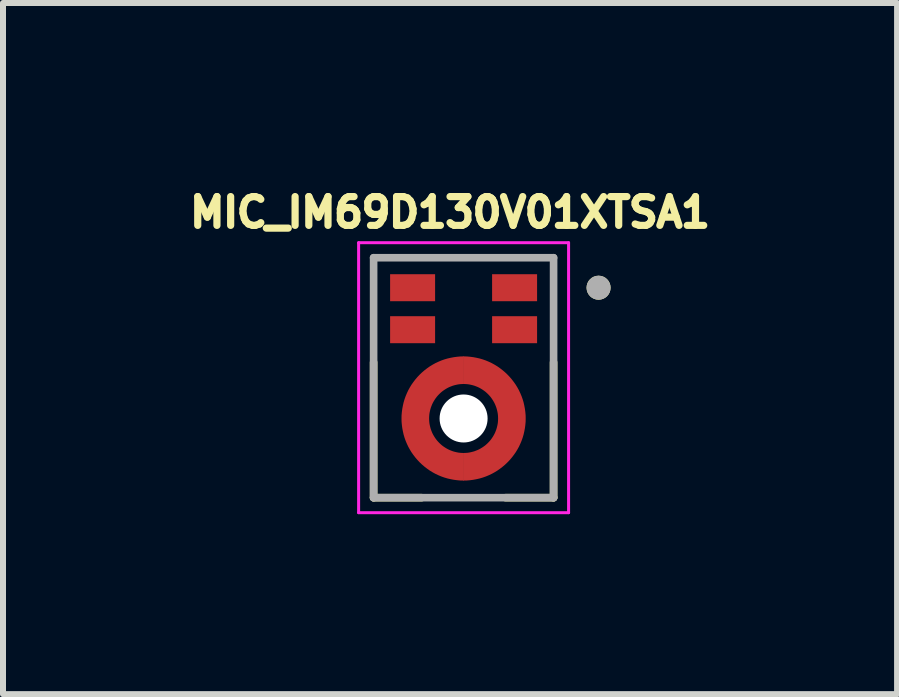
<source format=kicad_pcb>
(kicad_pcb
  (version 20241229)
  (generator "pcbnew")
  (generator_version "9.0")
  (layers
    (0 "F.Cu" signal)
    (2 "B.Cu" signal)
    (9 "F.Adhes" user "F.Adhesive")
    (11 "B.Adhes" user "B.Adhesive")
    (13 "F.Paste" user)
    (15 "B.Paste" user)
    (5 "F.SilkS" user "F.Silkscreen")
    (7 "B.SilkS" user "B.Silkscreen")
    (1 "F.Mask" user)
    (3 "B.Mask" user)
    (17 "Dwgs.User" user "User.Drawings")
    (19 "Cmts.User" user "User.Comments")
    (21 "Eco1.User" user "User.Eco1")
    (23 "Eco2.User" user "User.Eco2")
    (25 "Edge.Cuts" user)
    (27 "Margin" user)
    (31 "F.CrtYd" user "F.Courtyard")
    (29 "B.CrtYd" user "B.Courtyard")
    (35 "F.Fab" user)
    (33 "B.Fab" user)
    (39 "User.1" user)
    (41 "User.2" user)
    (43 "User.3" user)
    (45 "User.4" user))
  (footprint "MIC_IM69D130V01XTSA1"
    (layer "F.Cu")
    (at 4.678 3.246)
    (property "Reference" "MIC_IM69D130V01XTSA1" (at -0.226 -2.755 0) (layer "F.SilkS") (effects (font (size 0.48 0.48) (thickness 0.15))))
    (attr smd)
    (fp_poly (pts (xy 0 0.15) (xy -0.028 0.151) (xy -0.055 0.153) (xy -0.083 0.157) (xy -0.11 0.162) (xy -0.137 0.168) (xy -0.164 0.176) (xy -0.19 0.185) (xy -0.216 0.196) (xy -0.241 0.208) (xy -0.265 0.221) (xy -0.289 0.236) (xy -0.312 0.251) (xy -0.334 0.268) (xy -0.355 0.286) (xy -0.375 0.305) (xy -0.394 0.325) (xy -0.412 0.346) (xy -0.429 0.368) (xy -0.444 0.391) (xy -0.459 0.415) (xy -0.472 0.439) (xy -0.484 0.464) (xy -0.495 0.49) (xy -0.504 0.516) (xy -0.512 0.543) (xy -0.518 0.57) (xy -0.523 0.597) (xy -0.527 0.625) (xy -0.529 0.652) (xy -0.53 0.68) (xy -0.529 0.708) (xy -0.527 0.735) (xy -0.523 0.763) (xy -0.518 0.79) (xy -0.512 0.817) (xy -0.504 0.844) (xy -0.495 0.87) (xy -0.484 0.896) (xy -0.472 0.921) (xy -0.459 0.945) (xy -0.444 0.969) (xy -0.429 0.992) (xy -0.412 1.014) (xy -0.394 1.035) (xy -0.375 1.055) (xy -0.355 1.074) (xy -0.334 1.092) (xy -0.312 1.109) (xy -0.289 1.124) (xy -0.265 1.139) (xy -0.241 1.152) (xy -0.216 1.164) (xy -0.19 1.175) (xy -0.164 1.184) (xy -0.137 1.192) (xy -0.11 1.198) (xy -0.083 1.203) (xy -0.055 1.207) (xy -0.028 1.209) (xy 0 1.21) (xy 0 1.76) (xy -0.057 1.759) (xy -0.113 1.754) (xy -0.169 1.747) (xy -0.225 1.736) (xy -0.28 1.723) (xy -0.334 1.707) (xy -0.387 1.688) (xy -0.439 1.667) (xy -0.49 1.642) (xy -0.54 1.615) (xy -0.588 1.586) (xy -0.635 1.554) (xy -0.68 1.519) (xy -0.723 1.483) (xy -0.764 1.444) (xy -0.803 1.403) (xy -0.839 1.36) (xy -0.874 1.315) (xy -0.906 1.268) (xy -0.935 1.22) (xy -0.962 1.17) (xy -0.987 1.119) (xy -1.008 1.067) (xy -1.027 1.014) (xy -1.043 0.96) (xy -1.056 0.905) (xy -1.067 0.849) (xy -1.074 0.793) (xy -1.079 0.737) (xy -1.08 0.68) (xy -1.079 0.623) (xy -1.074 0.567) (xy -1.067 0.511) (xy -1.056 0.455) (xy -1.043 0.4) (xy -1.027 0.346) (xy -1.008 0.293) (xy -0.987 0.241) (xy -0.962 0.19) (xy -0.935 0.14) (xy -0.906 0.092) (xy -0.874 0.045) (xy -0.839 0) (xy -0.803 -0.043) (xy -0.764 -0.084) (xy -0.723 -0.123) (xy -0.68 -0.159) (xy -0.635 -0.194) (xy -0.588 -0.226) (xy -0.54 -0.255) (xy -0.49 -0.282) (xy -0.439 -0.307) (xy -0.387 -0.328) (xy -0.334 -0.347) (xy -0.28 -0.363) (xy -0.225 -0.376) (xy -0.169 -0.387) (xy -0.113 -0.394) (xy -0.057 -0.399) (xy 0 -0.4) (xy 0 0.15)) (stroke (width 0.01) (type solid)) (fill yes) (layer "F.Mask"))
    (fp_poly (pts (xy 0 1.21) (xy 0.028 1.209) (xy 0.055 1.207) (xy 0.083 1.203) (xy 0.11 1.198) (xy 0.137 1.192) (xy 0.164 1.184) (xy 0.19 1.175) (xy 0.216 1.164) (xy 0.241 1.152) (xy 0.265 1.139) (xy 0.289 1.124) (xy 0.312 1.109) (xy 0.334 1.092) (xy 0.355 1.074) (xy 0.375 1.055) (xy 0.394 1.035) (xy 0.412 1.014) (xy 0.429 0.992) (xy 0.444 0.969) (xy 0.459 0.945) (xy 0.472 0.921) (xy 0.484 0.896) (xy 0.495 0.87) (xy 0.504 0.844) (xy 0.512 0.817) (xy 0.518 0.79) (xy 0.523 0.763) (xy 0.527 0.735) (xy 0.529 0.708) (xy 0.53 0.68) (xy 0.529 0.652) (xy 0.527 0.625) (xy 0.523 0.597) (xy 0.518 0.57) (xy 0.512 0.543) (xy 0.504 0.516) (xy 0.495 0.49) (xy 0.484 0.464) (xy 0.472 0.439) (xy 0.459 0.415) (xy 0.444 0.391) (xy 0.429 0.368) (xy 0.412 0.346) (xy 0.394 0.325) (xy 0.375 0.305) (xy 0.355 0.286) (xy 0.334 0.268) (xy 0.312 0.251) (xy 0.289 0.236) (xy 0.265 0.221) (xy 0.241 0.208) (xy 0.216 0.196) (xy 0.19 0.185) (xy 0.164 0.176) (xy 0.137 0.168) (xy 0.11 0.162) (xy 0.083 0.157) (xy 0.055 0.153) (xy 0.028 0.151) (xy 0 0.15) (xy 0 -0.4) (xy 0.057 -0.399) (xy 0.113 -0.394) (xy 0.169 -0.387) (xy 0.225 -0.376) (xy 0.28 -0.363) (xy 0.334 -0.347) (xy 0.387 -0.328) (xy 0.439 -0.307) (xy 0.49 -0.282) (xy 0.54 -0.255) (xy 0.588 -0.226) (xy 0.635 -0.194) (xy 0.68 -0.159) (xy 0.723 -0.123) (xy 0.764 -0.084) (xy 0.803 -0.043) (xy 0.839 0) (xy 0.874 0.045) (xy 0.906 0.092) (xy 0.935 0.14) (xy 0.962 0.19) (xy 0.987 0.241) (xy 1.008 0.293) (xy 1.027 0.346) (xy 1.043 0.4) (xy 1.056 0.455) (xy 1.067 0.511) (xy 1.074 0.567) (xy 1.079 0.623) (xy 1.08 0.68) (xy 1.079 0.737) (xy 1.074 0.793) (xy 1.067 0.849) (xy 1.056 0.905) (xy 1.043 0.96) (xy 1.027 1.014) (xy 1.008 1.067) (xy 0.987 1.119) (xy 0.962 1.17) (xy 0.935 1.22) (xy 0.906 1.268) (xy 0.874 1.315) (xy 0.839 1.36) (xy 0.803 1.403) (xy 0.764 1.444) (xy 0.723 1.483) (xy 0.68 1.519) (xy 0.635 1.554) (xy 0.588 1.586) (xy 0.54 1.615) (xy 0.49 1.642) (xy 0.439 1.667) (xy 0.387 1.688) (xy 0.334 1.707) (xy 0.28 1.723) (xy 0.225 1.736) (xy 0.169 1.747) (xy 0.113 1.754) (xy 0.057 1.759) (xy 0 1.76) (xy 0 1.21)) (stroke (width 0.01) (type solid)) (fill yes) (layer "F.Mask"))
    (fp_line (start -1.5 2) (end -1.5 -0.255) (stroke (width 0.127) (type solid)) (layer "F.SilkS"))
    (fp_line (start -0.7 2) (end -1.5 2) (stroke (width 0.127) (type solid)) (layer "F.SilkS"))
    (fp_line (start 1.5 2) (end 0.7 2) (stroke (width 0.127) (type solid)) (layer "F.SilkS"))
    (fp_line (start 1.5 2) (end 1.5 -0.255) (stroke (width 0.127) (type solid)) (layer "F.SilkS"))
    (fp_circle (center 2.25 -1.5) (end 2.35 -1.5) (stroke (width 0.2) (type solid)) (fill no) (layer "F.SilkS"))
    (fp_poly (pts (xy -0.75 -1.3) (xy -0.95 -1.3) (xy -0.971 -1.301) (xy -0.992 -1.304) (xy -1.012 -1.31) (xy -1.031 -1.317) (xy -1.05 -1.327) (xy -1.068 -1.338) (xy -1.084 -1.351) (xy -1.099 -1.366) (xy -1.112 -1.382) (xy -1.123 -1.4) (xy -1.133 -1.419) (xy -1.14 -1.438) (xy -1.146 -1.458) (xy -1.149 -1.479) (xy -1.15 -1.5) (xy -1.149 -1.521) (xy -1.146 -1.542) (xy -1.14 -1.562) (xy -1.133 -1.581) (xy -1.123 -1.6) (xy -1.112 -1.618) (xy -1.099 -1.634) (xy -1.084 -1.649) (xy -1.068 -1.662) (xy -1.05 -1.673) (xy -1.031 -1.683) (xy -1.012 -1.69) (xy -0.992 -1.696) (xy -0.971 -1.699) (xy -0.95 -1.7) (xy -0.75 -1.7) (xy -0.729 -1.699) (xy -0.708 -1.696) (xy -0.688 -1.69) (xy -0.669 -1.683) (xy -0.65 -1.673) (xy -0.632 -1.662) (xy -0.616 -1.649) (xy -0.601 -1.634) (xy -0.588 -1.618) (xy -0.577 -1.6) (xy -0.567 -1.581) (xy -0.56 -1.562) (xy -0.554 -1.542) (xy -0.551 -1.521) (xy -0.55 -1.5) (xy -0.551 -1.479) (xy -0.554 -1.458) (xy -0.56 -1.438) (xy -0.567 -1.419) (xy -0.577 -1.4) (xy -0.588 -1.382) (xy -0.601 -1.366) (xy -0.616 -1.351) (xy -0.632 -1.338) (xy -0.65 -1.327) (xy -0.669 -1.317) (xy -0.688 -1.31) (xy -0.708 -1.304) (xy -0.729 -1.301) (xy -0.75 -1.3)) (stroke (width 0.01) (type solid)) (fill yes) (layer "F.Paste"))
    (fp_poly (pts (xy -0.75 -0.6) (xy -0.95 -0.6) (xy -0.971 -0.601) (xy -0.992 -0.604) (xy -1.012 -0.61) (xy -1.031 -0.617) (xy -1.05 -0.627) (xy -1.068 -0.638) (xy -1.084 -0.651) (xy -1.099 -0.666) (xy -1.112 -0.682) (xy -1.123 -0.7) (xy -1.133 -0.719) (xy -1.14 -0.738) (xy -1.146 -0.758) (xy -1.149 -0.779) (xy -1.15 -0.8) (xy -1.149 -0.821) (xy -1.146 -0.842) (xy -1.14 -0.862) (xy -1.133 -0.881) (xy -1.123 -0.9) (xy -1.112 -0.918) (xy -1.099 -0.934) (xy -1.084 -0.949) (xy -1.068 -0.962) (xy -1.05 -0.973) (xy -1.031 -0.983) (xy -1.012 -0.99) (xy -0.992 -0.996) (xy -0.971 -0.999) (xy -0.95 -1) (xy -0.75 -1) (xy -0.729 -0.999) (xy -0.708 -0.996) (xy -0.688 -0.99) (xy -0.669 -0.983) (xy -0.65 -0.973) (xy -0.632 -0.962) (xy -0.616 -0.949) (xy -0.601 -0.934) (xy -0.588 -0.918) (xy -0.577 -0.9) (xy -0.567 -0.881) (xy -0.56 -0.862) (xy -0.554 -0.842) (xy -0.551 -0.821) (xy -0.55 -0.8) (xy -0.551 -0.779) (xy -0.554 -0.758) (xy -0.56 -0.738) (xy -0.567 -0.719) (xy -0.577 -0.7) (xy -0.588 -0.682) (xy -0.601 -0.666) (xy -0.616 -0.651) (xy -0.632 -0.638) (xy -0.65 -0.627) (xy -0.669 -0.617) (xy -0.688 -0.61) (xy -0.708 -0.604) (xy -0.729 -0.601) (xy -0.75 -0.6)) (stroke (width 0.01) (type solid)) (fill yes) (layer "F.Paste"))
    (fp_poly (pts (xy 0.95 -1.3) (xy 0.75 -1.3) (xy 0.729 -1.301) (xy 0.708 -1.304) (xy 0.688 -1.31) (xy 0.669 -1.317) (xy 0.65 -1.327) (xy 0.632 -1.338) (xy 0.616 -1.351) (xy 0.601 -1.366) (xy 0.588 -1.382) (xy 0.577 -1.4) (xy 0.567 -1.419) (xy 0.56 -1.438) (xy 0.554 -1.458) (xy 0.551 -1.479) (xy 0.55 -1.5) (xy 0.551 -1.521) (xy 0.554 -1.542) (xy 0.56 -1.562) (xy 0.567 -1.581) (xy 0.577 -1.6) (xy 0.588 -1.618) (xy 0.601 -1.634) (xy 0.616 -1.649) (xy 0.632 -1.662) (xy 0.65 -1.673) (xy 0.669 -1.683) (xy 0.688 -1.69) (xy 0.708 -1.696) (xy 0.729 -1.699) (xy 0.75 -1.7) (xy 0.95 -1.7) (xy 0.971 -1.699) (xy 0.992 -1.696) (xy 1.012 -1.69) (xy 1.031 -1.683) (xy 1.05 -1.673) (xy 1.068 -1.662) (xy 1.084 -1.649) (xy 1.099 -1.634) (xy 1.112 -1.618) (xy 1.123 -1.6) (xy 1.133 -1.581) (xy 1.14 -1.562) (xy 1.146 -1.542) (xy 1.149 -1.521) (xy 1.15 -1.5) (xy 1.149 -1.479) (xy 1.146 -1.458) (xy 1.14 -1.438) (xy 1.133 -1.419) (xy 1.123 -1.4) (xy 1.112 -1.382) (xy 1.099 -1.366) (xy 1.084 -1.351) (xy 1.068 -1.338) (xy 1.05 -1.327) (xy 1.031 -1.317) (xy 1.012 -1.31) (xy 0.992 -1.304) (xy 0.971 -1.301) (xy 0.95 -1.3)) (stroke (width 0.01) (type solid)) (fill yes) (layer "F.Paste"))
    (fp_poly (pts (xy 0.95 -0.6) (xy 0.75 -0.6) (xy 0.729 -0.601) (xy 0.708 -0.604) (xy 0.688 -0.61) (xy 0.669 -0.617) (xy 0.65 -0.627) (xy 0.632 -0.638) (xy 0.616 -0.651) (xy 0.601 -0.666) (xy 0.588 -0.682) (xy 0.577 -0.7) (xy 0.567 -0.719) (xy 0.56 -0.738) (xy 0.554 -0.758) (xy 0.551 -0.779) (xy 0.55 -0.8) (xy 0.551 -0.821) (xy 0.554 -0.842) (xy 0.56 -0.862) (xy 0.567 -0.881) (xy 0.577 -0.9) (xy 0.588 -0.918) (xy 0.601 -0.934) (xy 0.616 -0.949) (xy 0.632 -0.962) (xy 0.65 -0.973) (xy 0.669 -0.983) (xy 0.688 -0.99) (xy 0.708 -0.996) (xy 0.729 -0.999) (xy 0.75 -1) (xy 0.95 -1) (xy 0.971 -0.999) (xy 0.992 -0.996) (xy 1.012 -0.99) (xy 1.031 -0.983) (xy 1.05 -0.973) (xy 1.068 -0.962) (xy 1.084 -0.949) (xy 1.099 -0.934) (xy 1.112 -0.918) (xy 1.123 -0.9) (xy 1.133 -0.881) (xy 1.14 -0.862) (xy 1.146 -0.842) (xy 1.149 -0.821) (xy 1.15 -0.8) (xy 1.149 -0.779) (xy 1.146 -0.758) (xy 1.14 -0.738) (xy 1.133 -0.719) (xy 1.123 -0.7) (xy 1.112 -0.682) (xy 1.099 -0.666) (xy 1.084 -0.651) (xy 1.068 -0.638) (xy 1.05 -0.627) (xy 1.031 -0.617) (xy 1.012 -0.61) (xy 0.992 -0.604) (xy 0.971 -0.601) (xy 0.95 -0.6)) (stroke (width 0.01) (type solid)) (fill yes) (layer "F.Paste"))
    (fp_poly (pts (xy -0.36 -0.11) (xy -0.36 -0.121) (xy -0.359 -0.132) (xy -0.357 -0.143) (xy -0.355 -0.154) (xy -0.353 -0.164) (xy -0.35 -0.175) (xy -0.346 -0.185) (xy -0.342 -0.195) (xy -0.337 -0.205) (xy -0.332 -0.215) (xy -0.326 -0.224) (xy -0.32 -0.233) (xy -0.313 -0.242) (xy -0.306 -0.251) (xy -0.298 -0.258) (xy -0.291 -0.266) (xy -0.282 -0.273) (xy -0.273 -0.28) (xy -0.264 -0.286) (xy -0.255 -0.292) (xy -0.245 -0.297) (xy -0.235 -0.302) (xy -0.225 -0.306) (xy -0.215 -0.31) (xy -0.204 -0.313) (xy -0.194 -0.315) (xy -0.183 -0.317) (xy -0.172 -0.319) (xy -0.161 -0.32) (xy -0.15 -0.32) (xy 0.15 -0.32) (xy 0.161 -0.32) (xy 0.172 -0.319) (xy 0.183 -0.317) (xy 0.194 -0.315) (xy 0.204 -0.313) (xy 0.215 -0.31) (xy 0.225 -0.306) (xy 0.235 -0.302) (xy 0.245 -0.297) (xy 0.255 -0.292) (xy 0.264 -0.286) (xy 0.273 -0.28) (xy 0.282 -0.273) (xy 0.291 -0.266) (xy 0.298 -0.258) (xy 0.306 -0.251) (xy 0.313 -0.242) (xy 0.32 -0.233) (xy 0.326 -0.224) (xy 0.332 -0.215) (xy 0.337 -0.205) (xy 0.342 -0.195) (xy 0.346 -0.185) (xy 0.35 -0.175) (xy 0.353 -0.164) (xy 0.355 -0.154) (xy 0.357 -0.143) (xy 0.359 -0.132) (xy 0.36 -0.121) (xy 0.36 -0.11) (xy 0.36 -0.099) (xy 0.359 -0.088) (xy 0.357 -0.077) (xy 0.355 -0.066) (xy 0.353 -0.056) (xy 0.35 -0.045) (xy 0.346 -0.035) (xy 0.342 -0.025) (xy 0.337 -0.015) (xy 0.332 -0.005) (xy 0.326 0.004) (xy 0.32 0.013) (xy 0.313 0.022) (xy 0.306 0.031) (xy 0.298 0.038) (xy 0.291 0.046) (xy 0.282 0.053) (xy 0.273 0.06) (xy 0.264 0.066) (xy 0.255 0.072) (xy 0.245 0.077) (xy 0.235 0.082) (xy 0.225 0.086) (xy 0.215 0.09) (xy 0.204 0.093) (xy 0.194 0.095) (xy 0.183 0.097) (xy 0.172 0.099) (xy 0.161 0.1) (xy 0.15 0.1) (xy 0.14 0.1) (xy 0.135 0.098) (xy 0.13 0.097) (xy 0.126 0.096) (xy 0.121 0.094) (xy 0.116 0.093) (xy 0.112 0.092) (xy 0.107 0.091) (xy 0.103 0.09) (xy 0.098 0.089) (xy 0.093 0.088) (xy 0.089 0.087) (xy 0.084 0.086) (xy 0.079 0.085) (xy 0.075 0.084) (xy 0.07 0.084) (xy 0.065 0.083) (xy 0.061 0.083) (xy 0.056 0.082) (xy 0.051 0.082) (xy 0.046 0.081) (xy 0.042 0.081) (xy 0.037 0.08) (xy 0.032 0.08) (xy 0.027 0.08) (xy 0.023 0.08) (xy 0.018 0.08) (xy 0.013 0.08) (xy 0.009 0.08) (xy 0.004 0.08) (xy 0 0.08) (xy -0.004 0.08) (xy -0.009 0.08) (xy -0.013 0.08) (xy -0.018 0.08) (xy -0.023 0.08) (xy -0.027 0.08) (xy -0.032 0.08) (xy -0.037 0.08) (xy -0.042 0.081) (xy -0.046 0.081) (xy -0.051 0.082) (xy -0.056 0.082) (xy -0.061 0.083) (xy -0.065 0.083) (xy -0.07 0.084) (xy -0.075 0.084) (xy -0.079 0.085) (xy -0.084 0.086) (xy -0.089 0.087) (xy -0.093 0.088) (xy -0.098 0.089) (xy -0.103 0.09) (xy -0.107 0.091) (xy -0.112 0.092) (xy -0.116 0.093) (xy -0.121 0.094) (xy -0.126 0.096) (xy -0.13 0.097) (xy -0.135 0.098) (xy -0.14 0.1) (xy -0.15 0.1) (xy -0.161 0.1) (xy -0.172 0.099) (xy -0.183 0.097) (xy -0.194 0.095) (xy -0.204 0.093) (xy -0.215 0.09) (xy -0.225 0.086) (xy -0.235 0.082) (xy -0.245 0.077) (xy -0.255 0.072) (xy -0.264 0.066) (xy -0.273 0.06) (xy -0.282 0.053) (xy -0.291 0.046) (xy -0.298 0.038) (xy -0.306 0.031) (xy -0.313 0.022) (xy -0.32 0.013) (xy -0.326 0.004) (xy -0.332 -0.005) (xy -0.337 -0.015) (xy -0.342 -0.025) (xy -0.346 -0.035) (xy -0.35 -0.045) (xy -0.353 -0.056) (xy -0.355 -0.066) (xy -0.357 -0.077) (xy -0.359 -0.088) (xy -0.36 -0.099) (xy -0.36 -0.11)) (stroke (width 0.01) (type solid)) (fill yes) (layer "F.Paste"))
    (fp_poly (pts (xy 0.36 1.47) (xy 0.36 1.481) (xy 0.359 1.492) (xy 0.357 1.503) (xy 0.355 1.514) (xy 0.353 1.524) (xy 0.35 1.535) (xy 0.346 1.545) (xy 0.342 1.555) (xy 0.337 1.565) (xy 0.332 1.575) (xy 0.326 1.584) (xy 0.32 1.593) (xy 0.313 1.602) (xy 0.306 1.611) (xy 0.298 1.618) (xy 0.291 1.626) (xy 0.282 1.633) (xy 0.273 1.64) (xy 0.264 1.646) (xy 0.255 1.652) (xy 0.245 1.657) (xy 0.235 1.662) (xy 0.225 1.666) (xy 0.215 1.67) (xy 0.204 1.673) (xy 0.194 1.675) (xy 0.183 1.677) (xy 0.172 1.679) (xy 0.161 1.68) (xy 0.15 1.68) (xy -0.15 1.68) (xy -0.161 1.68) (xy -0.172 1.679) (xy -0.183 1.677) (xy -0.194 1.675) (xy -0.204 1.673) (xy -0.215 1.67) (xy -0.225 1.666) (xy -0.235 1.662) (xy -0.245 1.657) (xy -0.255 1.652) (xy -0.264 1.646) (xy -0.273 1.64) (xy -0.282 1.633) (xy -0.291 1.626) (xy -0.298 1.618) (xy -0.306 1.611) (xy -0.313 1.602) (xy -0.32 1.593) (xy -0.326 1.584) (xy -0.332 1.575) (xy -0.337 1.565) (xy -0.342 1.555) (xy -0.346 1.545) (xy -0.35 1.535) (xy -0.353 1.524) (xy -0.355 1.514) (xy -0.357 1.503) (xy -0.359 1.492) (xy -0.36 1.481) (xy -0.36 1.47) (xy -0.36 1.459) (xy -0.359 1.448) (xy -0.357 1.437) (xy -0.355 1.426) (xy -0.353 1.416) (xy -0.35 1.405) (xy -0.346 1.395) (xy -0.342 1.385) (xy -0.337 1.375) (xy -0.332 1.365) (xy -0.326 1.356) (xy -0.32 1.347) (xy -0.313 1.338) (xy -0.306 1.329) (xy -0.298 1.322) (xy -0.291 1.314) (xy -0.282 1.307) (xy -0.273 1.3) (xy -0.264 1.294) (xy -0.255 1.288) (xy -0.245 1.283) (xy -0.235 1.278) (xy -0.225 1.274) (xy -0.215 1.27) (xy -0.204 1.267) (xy -0.194 1.265) (xy -0.183 1.263) (xy -0.172 1.261) (xy -0.161 1.26) (xy -0.15 1.26) (xy -0.14 1.26) (xy -0.135 1.262) (xy -0.13 1.263) (xy -0.126 1.264) (xy -0.121 1.266) (xy -0.116 1.267) (xy -0.112 1.268) (xy -0.107 1.269) (xy -0.103 1.27) (xy -0.098 1.271) (xy -0.093 1.272) (xy -0.089 1.273) (xy -0.084 1.274) (xy -0.079 1.275) (xy -0.075 1.276) (xy -0.07 1.276) (xy -0.065 1.277) (xy -0.061 1.277) (xy -0.056 1.278) (xy -0.051 1.278) (xy -0.046 1.279) (xy -0.042 1.279) (xy -0.037 1.28) (xy -0.032 1.28) (xy -0.027 1.28) (xy -0.023 1.28) (xy -0.018 1.28) (xy -0.013 1.28) (xy -0.009 1.28) (xy -0.004 1.28) (xy 0 1.28) (xy 0.004 1.28) (xy 0.009 1.28) (xy 0.013 1.28) (xy 0.018 1.28) (xy 0.023 1.28) (xy 0.027 1.28) (xy 0.032 1.28) (xy 0.037 1.28) (xy 0.042 1.279) (xy 0.046 1.279) (xy 0.051 1.278) (xy 0.056 1.278) (xy 0.061 1.277) (xy 0.065 1.277) (xy 0.07 1.276) (xy 0.075 1.276) (xy 0.079 1.275) (xy 0.084 1.274) (xy 0.089 1.273) (xy 0.093 1.272) (xy 0.098 1.271) (xy 0.103 1.27) (xy 0.107 1.269) (xy 0.112 1.268) (xy 0.116 1.267) (xy 0.121 1.266) (xy 0.126 1.264) (xy 0.13 1.263) (xy 0.135 1.262) (xy 0.14 1.26) (xy 0.15 1.26) (xy 0.161 1.26) (xy 0.172 1.261) (xy 0.183 1.263) (xy 0.194 1.265) (xy 0.204 1.267) (xy 0.215 1.27) (xy 0.225 1.274) (xy 0.235 1.278) (xy 0.245 1.283) (xy 0.255 1.288) (xy 0.264 1.294) (xy 0.273 1.3) (xy 0.282 1.307) (xy 0.291 1.314) (xy 0.298 1.322) (xy 0.306 1.329) (xy 0.313 1.338) (xy 0.32 1.347) (xy 0.326 1.356) (xy 0.332 1.365) (xy 0.337 1.375) (xy 0.342 1.385) (xy 0.346 1.395) (xy 0.35 1.405) (xy 0.353 1.416) (xy 0.355 1.426) (xy 0.357 1.437) (xy 0.359 1.448) (xy 0.36 1.459) (xy 0.36 1.47)) (stroke (width 0.01) (type solid)) (fill yes) (layer "F.Paste"))
    (fp_poly (pts (xy -0.864 0.597) (xy -0.874 0.591) (xy -0.883 0.585) (xy -0.891 0.578) (xy -0.9 0.571) (xy -0.908 0.563) (xy -0.915 0.555) (xy -0.922 0.547) (xy -0.929 0.538) (xy -0.935 0.529) (xy -0.941 0.52) (xy -0.946 0.51) (xy -0.951 0.5) (xy -0.955 0.49) (xy -0.959 0.48) (xy -0.962 0.469) (xy -0.965 0.459) (xy -0.967 0.448) (xy -0.968 0.437) (xy -0.969 0.426) (xy -0.969 0.415) (xy -0.969 0.404) (xy -0.968 0.393) (xy -0.967 0.382) (xy -0.965 0.371) (xy -0.962 0.361) (xy -0.959 0.35) (xy -0.955 0.34) (xy -0.951 0.329) (xy -0.946 0.32) (xy -0.941 0.31) (xy -0.866 0.18) (xy -0.791 0.05) (xy -0.785 0.041) (xy -0.779 0.032) (xy -0.772 0.023) (xy -0.765 0.015) (xy -0.758 0.007) (xy -0.75 -0.001) (xy -0.741 -0.008) (xy -0.733 -0.015) (xy -0.724 -0.021) (xy -0.714 -0.027) (xy -0.704 -0.032) (xy -0.695 -0.037) (xy -0.684 -0.041) (xy -0.674 -0.045) (xy -0.664 -0.048) (xy -0.653 -0.05) (xy -0.642 -0.052) (xy -0.631 -0.054) (xy -0.62 -0.055) (xy -0.609 -0.055) (xy -0.598 -0.055) (xy -0.587 -0.054) (xy -0.576 -0.052) (xy -0.565 -0.05) (xy -0.555 -0.048) (xy -0.544 -0.045) (xy -0.534 -0.041) (xy -0.524 -0.037) (xy -0.514 -0.032) (xy -0.504 -0.027) (xy -0.495 -0.021) (xy -0.486 -0.015) (xy -0.477 -0.008) (xy -0.469 -0.001) (xy -0.461 0.007) (xy -0.453 0.015) (xy -0.446 0.023) (xy -0.439 0.032) (xy -0.433 0.041) (xy -0.427 0.05) (xy -0.422 0.06) (xy -0.417 0.07) (xy -0.413 0.08) (xy -0.409 0.09) (xy -0.406 0.101) (xy -0.404 0.111) (xy -0.402 0.122) (xy -0.4 0.133) (xy -0.399 0.144) (xy -0.399 0.155) (xy -0.399 0.166) (xy -0.4 0.177) (xy -0.402 0.188) (xy -0.404 0.199) (xy -0.406 0.209) (xy -0.409 0.22) (xy -0.413 0.23) (xy -0.417 0.241) (xy -0.422 0.25) (xy -0.427 0.26) (xy -0.432 0.269) (xy -0.436 0.273) (xy -0.44 0.276) (xy -0.443 0.279) (xy -0.447 0.282) (xy -0.45 0.286) (xy -0.453 0.289) (xy -0.457 0.293) (xy -0.46 0.296) (xy -0.463 0.3) (xy -0.466 0.303) (xy -0.469 0.307) (xy -0.472 0.31) (xy -0.475 0.314) (xy -0.478 0.318) (xy -0.481 0.321) (xy -0.484 0.325) (xy -0.487 0.329) (xy -0.49 0.333) (xy -0.493 0.336) (xy -0.495 0.34) (xy -0.498 0.344) (xy -0.501 0.348) (xy -0.503 0.352) (xy -0.506 0.356) (xy -0.508 0.36) (xy -0.511 0.364) (xy -0.513 0.368) (xy -0.516 0.373) (xy -0.518 0.377) (xy -0.52 0.38) (xy -0.522 0.383) (xy -0.524 0.387) (xy -0.526 0.391) (xy -0.529 0.396) (xy -0.531 0.4) (xy -0.533 0.404) (xy -0.536 0.408) (xy -0.538 0.412) (xy -0.54 0.416) (xy -0.542 0.421) (xy -0.544 0.425) (xy -0.546 0.429) (xy -0.548 0.434) (xy -0.55 0.438) (xy -0.551 0.442) (xy -0.553 0.447) (xy -0.555 0.451) (xy -0.556 0.456) (xy -0.558 0.46) (xy -0.56 0.465) (xy -0.561 0.469) (xy -0.563 0.474) (xy -0.564 0.478) (xy -0.565 0.483) (xy -0.567 0.487) (xy -0.568 0.492) (xy -0.569 0.496) (xy -0.57 0.501) (xy -0.571 0.506) (xy -0.572 0.511) (xy -0.577 0.52) (xy -0.583 0.529) (xy -0.589 0.538) (xy -0.596 0.547) (xy -0.603 0.555) (xy -0.611 0.563) (xy -0.619 0.571) (xy -0.627 0.578) (xy -0.636 0.585) (xy -0.645 0.591) (xy -0.654 0.597) (xy -0.664 0.602) (xy -0.674 0.607) (xy -0.684 0.611) (xy -0.694 0.615) (xy -0.705 0.618) (xy -0.715 0.62) (xy -0.726 0.622) (xy -0.737 0.624) (xy -0.748 0.625) (xy -0.759 0.625) (xy -0.77 0.625) (xy -0.781 0.624) (xy -0.792 0.622) (xy -0.803 0.62) (xy -0.814 0.618) (xy -0.824 0.615) (xy -0.834 0.611) (xy -0.845 0.607) (xy -0.854 0.602) (xy -0.864 0.597) (xy -0.864 0.597)) (stroke (width 0.01) (type solid)) (fill yes) (layer "F.Paste"))
    (fp_poly (pts (xy -0.504 1.387) (xy -0.514 1.392) (xy -0.524 1.397) (xy -0.534 1.401) (xy -0.544 1.405) (xy -0.555 1.408) (xy -0.565 1.41) (xy -0.576 1.412) (xy -0.587 1.414) (xy -0.598 1.415) (xy -0.609 1.415) (xy -0.62 1.415) (xy -0.631 1.414) (xy -0.642 1.412) (xy -0.653 1.41) (xy -0.664 1.408) (xy -0.674 1.405) (xy -0.684 1.401) (xy -0.695 1.397) (xy -0.704 1.392) (xy -0.714 1.387) (xy -0.724 1.381) (xy -0.733 1.375) (xy -0.741 1.368) (xy -0.75 1.361) (xy -0.758 1.353) (xy -0.765 1.345) (xy -0.772 1.337) (xy -0.779 1.328) (xy -0.785 1.319) (xy -0.791 1.31) (xy -0.866 1.18) (xy -0.941 1.05) (xy -0.946 1.04) (xy -0.951 1.031) (xy -0.955 1.02) (xy -0.959 1.01) (xy -0.962 0.999) (xy -0.965 0.989) (xy -0.967 0.978) (xy -0.968 0.967) (xy -0.969 0.956) (xy -0.969 0.945) (xy -0.969 0.934) (xy -0.968 0.923) (xy -0.967 0.912) (xy -0.965 0.901) (xy -0.962 0.891) (xy -0.959 0.88) (xy -0.955 0.87) (xy -0.951 0.86) (xy -0.946 0.85) (xy -0.941 0.84) (xy -0.935 0.831) (xy -0.929 0.822) (xy -0.922 0.813) (xy -0.915 0.805) (xy -0.908 0.797) (xy -0.9 0.789) (xy -0.891 0.782) (xy -0.883 0.775) (xy -0.874 0.769) (xy -0.864 0.763) (xy -0.854 0.758) (xy -0.845 0.753) (xy -0.834 0.749) (xy -0.824 0.745) (xy -0.814 0.742) (xy -0.803 0.74) (xy -0.792 0.738) (xy -0.781 0.736) (xy -0.77 0.735) (xy -0.759 0.735) (xy -0.748 0.735) (xy -0.737 0.736) (xy -0.726 0.738) (xy -0.715 0.74) (xy -0.705 0.742) (xy -0.694 0.745) (xy -0.684 0.749) (xy -0.674 0.753) (xy -0.664 0.758) (xy -0.654 0.763) (xy -0.645 0.769) (xy -0.636 0.775) (xy -0.627 0.782) (xy -0.619 0.789) (xy -0.611 0.797) (xy -0.603 0.805) (xy -0.596 0.813) (xy -0.589 0.822) (xy -0.583 0.831) (xy -0.577 0.84) (xy -0.572 0.849) (xy -0.571 0.854) (xy -0.57 0.859) (xy -0.569 0.864) (xy -0.568 0.868) (xy -0.567 0.873) (xy -0.565 0.877) (xy -0.564 0.882) (xy -0.563 0.886) (xy -0.561 0.891) (xy -0.56 0.895) (xy -0.558 0.9) (xy -0.556 0.904) (xy -0.555 0.909) (xy -0.553 0.913) (xy -0.551 0.918) (xy -0.55 0.922) (xy -0.548 0.926) (xy -0.546 0.931) (xy -0.544 0.935) (xy -0.542 0.939) (xy -0.54 0.943) (xy -0.538 0.948) (xy -0.536 0.952) (xy -0.533 0.956) (xy -0.531 0.96) (xy -0.529 0.964) (xy -0.526 0.969) (xy -0.524 0.973) (xy -0.522 0.977) (xy -0.52 0.98) (xy -0.518 0.983) (xy -0.516 0.987) (xy -0.513 0.992) (xy -0.511 0.996) (xy -0.508 1) (xy -0.506 1.004) (xy -0.503 1.008) (xy -0.501 1.012) (xy -0.498 1.016) (xy -0.495 1.02) (xy -0.493 1.024) (xy -0.49 1.027) (xy -0.487 1.031) (xy -0.484 1.035) (xy -0.481 1.039) (xy -0.478 1.042) (xy -0.475 1.046) (xy -0.472 1.05) (xy -0.469 1.053) (xy -0.466 1.057) (xy -0.463 1.06) (xy -0.46 1.064) (xy -0.457 1.067) (xy -0.453 1.071) (xy -0.45 1.074) (xy -0.447 1.078) (xy -0.443 1.081) (xy -0.44 1.084) (xy -0.436 1.087) (xy -0.432 1.091) (xy -0.427 1.1) (xy -0.422 1.11) (xy -0.417 1.119) (xy -0.413 1.13) (xy -0.409 1.14) (xy -0.406 1.151) (xy -0.404 1.161) (xy -0.402 1.172) (xy -0.4 1.183) (xy -0.399 1.194) (xy -0.399 1.205) (xy -0.399 1.216) (xy -0.4 1.227) (xy -0.402 1.238) (xy -0.404 1.249) (xy -0.406 1.259) (xy -0.409 1.27) (xy -0.413 1.28) (xy -0.417 1.29) (xy -0.422 1.3) (xy -0.427 1.31) (xy -0.433 1.319) (xy -0.439 1.328) (xy -0.446 1.337) (xy -0.453 1.345) (xy -0.461 1.353) (xy -0.469 1.361) (xy -0.477 1.368) (xy -0.486 1.375) (xy -0.495 1.381) (xy -0.504 1.387) (xy -0.504 1.387)) (stroke (width 0.01) (type solid)) (fill yes) (layer "F.Paste"))
    (fp_poly (pts (xy 0.504 -0.027) (xy 0.514 -0.032) (xy 0.524 -0.037) (xy 0.534 -0.041) (xy 0.544 -0.045) (xy 0.555 -0.048) (xy 0.565 -0.05) (xy 0.576 -0.052) (xy 0.587 -0.054) (xy 0.598 -0.055) (xy 0.609 -0.055) (xy 0.62 -0.055) (xy 0.631 -0.054) (xy 0.642 -0.052) (xy 0.653 -0.05) (xy 0.664 -0.048) (xy 0.674 -0.045) (xy 0.684 -0.041) (xy 0.695 -0.037) (xy 0.704 -0.032) (xy 0.714 -0.027) (xy 0.724 -0.021) (xy 0.733 -0.015) (xy 0.741 -0.008) (xy 0.75 -0.001) (xy 0.758 0.007) (xy 0.765 0.015) (xy 0.772 0.023) (xy 0.779 0.032) (xy 0.785 0.041) (xy 0.791 0.05) (xy 0.866 0.18) (xy 0.941 0.31) (xy 0.946 0.32) (xy 0.951 0.329) (xy 0.955 0.34) (xy 0.959 0.35) (xy 0.962 0.361) (xy 0.965 0.371) (xy 0.967 0.382) (xy 0.968 0.393) (xy 0.969 0.404) (xy 0.969 0.415) (xy 0.969 0.426) (xy 0.968 0.437) (xy 0.967 0.448) (xy 0.965 0.459) (xy 0.962 0.469) (xy 0.959 0.48) (xy 0.955 0.49) (xy 0.951 0.5) (xy 0.946 0.51) (xy 0.941 0.52) (xy 0.935 0.529) (xy 0.929 0.538) (xy 0.922 0.547) (xy 0.915 0.555) (xy 0.908 0.563) (xy 0.9 0.571) (xy 0.891 0.578) (xy 0.883 0.585) (xy 0.874 0.591) (xy 0.864 0.597) (xy 0.854 0.602) (xy 0.845 0.607) (xy 0.834 0.611) (xy 0.824 0.615) (xy 0.814 0.618) (xy 0.803 0.62) (xy 0.792 0.622) (xy 0.781 0.624) (xy 0.77 0.625) (xy 0.759 0.625) (xy 0.748 0.625) (xy 0.737 0.624) (xy 0.726 0.622) (xy 0.715 0.62) (xy 0.705 0.618) (xy 0.694 0.615) (xy 0.684 0.611) (xy 0.674 0.607) (xy 0.664 0.602) (xy 0.654 0.597) (xy 0.645 0.591) (xy 0.636 0.585) (xy 0.627 0.578) (xy 0.619 0.571) (xy 0.611 0.563) (xy 0.603 0.555) (xy 0.596 0.547) (xy 0.589 0.538) (xy 0.583 0.529) (xy 0.577 0.52) (xy 0.572 0.511) (xy 0.571 0.506) (xy 0.57 0.501) (xy 0.569 0.496) (xy 0.568 0.492) (xy 0.567 0.487) (xy 0.565 0.483) (xy 0.564 0.478) (xy 0.563 0.474) (xy 0.561 0.469) (xy 0.56 0.465) (xy 0.558 0.46) (xy 0.556 0.456) (xy 0.555 0.451) (xy 0.553 0.447) (xy 0.551 0.442) (xy 0.55 0.438) (xy 0.548 0.434) (xy 0.546 0.429) (xy 0.544 0.425) (xy 0.542 0.421) (xy 0.54 0.417) (xy 0.538 0.412) (xy 0.536 0.408) (xy 0.533 0.404) (xy 0.531 0.4) (xy 0.529 0.396) (xy 0.526 0.391) (xy 0.524 0.387) (xy 0.522 0.383) (xy 0.52 0.38) (xy 0.518 0.377) (xy 0.516 0.373) (xy 0.513 0.368) (xy 0.511 0.364) (xy 0.508 0.36) (xy 0.506 0.356) (xy 0.503 0.352) (xy 0.501 0.348) (xy 0.498 0.344) (xy 0.495 0.34) (xy 0.493 0.336) (xy 0.49 0.333) (xy 0.487 0.329) (xy 0.484 0.325) (xy 0.481 0.321) (xy 0.478 0.318) (xy 0.475 0.314) (xy 0.472 0.31) (xy 0.469 0.307) (xy 0.466 0.303) (xy 0.463 0.3) (xy 0.46 0.296) (xy 0.457 0.293) (xy 0.453 0.289) (xy 0.45 0.286) (xy 0.447 0.282) (xy 0.443 0.279) (xy 0.44 0.276) (xy 0.436 0.273) (xy 0.432 0.269) (xy 0.427 0.26) (xy 0.422 0.25) (xy 0.417 0.241) (xy 0.413 0.23) (xy 0.409 0.22) (xy 0.406 0.209) (xy 0.404 0.199) (xy 0.402 0.188) (xy 0.4 0.177) (xy 0.399 0.166) (xy 0.399 0.155) (xy 0.399 0.144) (xy 0.4 0.133) (xy 0.402 0.122) (xy 0.404 0.111) (xy 0.406 0.101) (xy 0.409 0.09) (xy 0.413 0.08) (xy 0.417 0.07) (xy 0.422 0.06) (xy 0.427 0.05) (xy 0.433 0.041) (xy 0.439 0.032) (xy 0.446 0.023) (xy 0.453 0.015) (xy 0.461 0.007) (xy 0.469 -0.001) (xy 0.477 -0.008) (xy 0.486 -0.015) (xy 0.495 -0.021) (xy 0.504 -0.027) (xy 0.504 -0.027)) (stroke (width 0.01) (type solid)) (fill yes) (layer "F.Paste"))
    (fp_poly (pts (xy 0.864 0.763) (xy 0.874 0.769) (xy 0.883 0.775) (xy 0.891 0.782) (xy 0.9 0.789) (xy 0.908 0.797) (xy 0.915 0.805) (xy 0.922 0.813) (xy 0.929 0.822) (xy 0.935 0.831) (xy 0.941 0.84) (xy 0.946 0.85) (xy 0.951 0.86) (xy 0.955 0.87) (xy 0.959 0.88) (xy 0.962 0.891) (xy 0.965 0.901) (xy 0.967 0.912) (xy 0.968 0.923) (xy 0.969 0.934) (xy 0.969 0.945) (xy 0.969 0.956) (xy 0.968 0.967) (xy 0.967 0.978) (xy 0.965 0.989) (xy 0.962 0.999) (xy 0.959 1.01) (xy 0.955 1.02) (xy 0.951 1.031) (xy 0.946 1.04) (xy 0.941 1.05) (xy 0.866 1.18) (xy 0.791 1.31) (xy 0.785 1.319) (xy 0.779 1.328) (xy 0.772 1.337) (xy 0.765 1.345) (xy 0.758 1.353) (xy 0.75 1.361) (xy 0.741 1.368) (xy 0.733 1.375) (xy 0.724 1.381) (xy 0.714 1.387) (xy 0.704 1.392) (xy 0.695 1.397) (xy 0.684 1.401) (xy 0.674 1.405) (xy 0.664 1.408) (xy 0.653 1.41) (xy 0.642 1.412) (xy 0.631 1.414) (xy 0.62 1.415) (xy 0.609 1.415) (xy 0.598 1.415) (xy 0.587 1.414) (xy 0.576 1.412) (xy 0.565 1.41) (xy 0.555 1.408) (xy 0.544 1.405) (xy 0.534 1.401) (xy 0.524 1.397) (xy 0.514 1.392) (xy 0.504 1.387) (xy 0.495 1.381) (xy 0.486 1.375) (xy 0.477 1.368) (xy 0.469 1.361) (xy 0.461 1.353) (xy 0.453 1.345) (xy 0.446 1.337) (xy 0.439 1.328) (xy 0.433 1.319) (xy 0.427 1.31) (xy 0.422 1.3) (xy 0.417 1.29) (xy 0.413 1.28) (xy 0.409 1.27) (xy 0.406 1.259) (xy 0.404 1.249) (xy 0.402 1.238) (xy 0.4 1.227) (xy 0.399 1.216) (xy 0.399 1.205) (xy 0.399 1.194) (xy 0.4 1.183) (xy 0.402 1.172) (xy 0.404 1.161) (xy 0.406 1.151) (xy 0.409 1.14) (xy 0.413 1.13) (xy 0.417 1.119) (xy 0.422 1.11) (xy 0.427 1.1) (xy 0.432 1.091) (xy 0.436 1.087) (xy 0.44 1.084) (xy 0.443 1.081) (xy 0.447 1.078) (xy 0.45 1.074) (xy 0.453 1.071) (xy 0.457 1.067) (xy 0.46 1.064) (xy 0.463 1.06) (xy 0.466 1.057) (xy 0.469 1.053) (xy 0.472 1.05) (xy 0.475 1.046) (xy 0.478 1.042) (xy 0.481 1.039) (xy 0.484 1.035) (xy 0.487 1.031) (xy 0.49 1.027) (xy 0.493 1.024) (xy 0.495 1.02) (xy 0.498 1.016) (xy 0.501 1.012) (xy 0.503 1.008) (xy 0.506 1.004) (xy 0.508 1) (xy 0.511 0.996) (xy 0.513 0.992) (xy 0.516 0.987) (xy 0.518 0.983) (xy 0.52 0.98) (xy 0.522 0.977) (xy 0.524 0.973) (xy 0.526 0.969) (xy 0.529 0.964) (xy 0.531 0.96) (xy 0.533 0.956) (xy 0.536 0.952) (xy 0.538 0.948) (xy 0.54 0.944) (xy 0.542 0.939) (xy 0.544 0.935) (xy 0.546 0.931) (xy 0.548 0.926) (xy 0.55 0.922) (xy 0.551 0.918) (xy 0.553 0.913) (xy 0.555 0.909) (xy 0.556 0.904) (xy 0.558 0.9) (xy 0.56 0.895) (xy 0.561 0.891) (xy 0.563 0.886) (xy 0.564 0.882) (xy 0.565 0.877) (xy 0.567 0.873) (xy 0.568 0.868) (xy 0.569 0.864) (xy 0.57 0.859) (xy 0.571 0.854) (xy 0.572 0.849) (xy 0.577 0.84) (xy 0.583 0.831) (xy 0.589 0.822) (xy 0.596 0.813) (xy 0.603 0.805) (xy 0.611 0.797) (xy 0.619 0.789) (xy 0.627 0.782) (xy 0.636 0.775) (xy 0.645 0.769) (xy 0.654 0.763) (xy 0.664 0.758) (xy 0.674 0.753) (xy 0.684 0.749) (xy 0.694 0.745) (xy 0.705 0.742) (xy 0.715 0.74) (xy 0.726 0.738) (xy 0.737 0.736) (xy 0.748 0.735) (xy 0.759 0.735) (xy 0.77 0.735) (xy 0.781 0.736) (xy 0.792 0.738) (xy 0.803 0.74) (xy 0.814 0.742) (xy 0.824 0.745) (xy 0.834 0.749) (xy 0.845 0.753) (xy 0.854 0.758) (xy 0.864 0.763) (xy 0.864 0.763)) (stroke (width 0.01) (type solid)) (fill yes) (layer "F.Paste"))
    (fp_line (start -1.75 -2.25) (end -1.75 2.25) (stroke (width 0.05) (type solid)) (layer "F.CrtYd"))
    (fp_line (start -1.75 2.25) (end 1.75 2.25) (stroke (width 0.05) (type solid)) (layer "F.CrtYd"))
    (fp_line (start 1.75 -2.25) (end -1.75 -2.25) (stroke (width 0.05) (type solid)) (layer "F.CrtYd"))
    (fp_line (start 1.75 2.25) (end 1.75 -2.25) (stroke (width 0.05) (type solid)) (layer "F.CrtYd"))
    (fp_line (start -1.5 -2) (end 1.5 -2) (stroke (width 0.127) (type solid)) (layer "F.Fab"))
    (fp_line (start -1.5 2) (end -1.5 -2) (stroke (width 0.127) (type solid)) (layer "F.Fab"))
    (fp_line (start 1.5 -2) (end 1.5 2) (stroke (width 0.127) (type solid)) (layer "F.Fab"))
    (fp_line (start 1.5 2) (end -1.5 2) (stroke (width 0.127) (type solid)) (layer "F.Fab"))
    (fp_circle (center 2.25 -1.5) (end 2.35 -1.5) (stroke (width 0.2) (type solid)) (fill no) (layer "F.Fab"))
    (pad "" np_thru_hole circle (at 0 0.68) (size 0.8 0.8) (drill 0.8) (layers "*.Cu" "*.Mask"))
    (pad "1" smd rect (at 0.85 -1.5) (size 0.75 0.45) (layers "F.Cu" "F.Mask"))
    (pad "2" smd rect (at 0.85 -0.8) (size 0.75 0.45) (layers "F.Cu" "F.Mask"))
    (pad "3" smd rect (at -0.85 -1.5) (size 0.75 0.45) (layers "F.Cu" "F.Mask"))
    (pad "4" smd rect (at -0.85 -0.8) (size 0.75 0.45) (layers "F.Cu" "F.Mask"))
    (pad "5_1" smd custom (at -0.695 0.345) (size 0.1 0.1) (layers "F.Cu") (options (anchor rect)) (primitives (gr_poly (pts (xy 0.695 -0.245) (xy 0.665 -0.244) (xy 0.634 -0.242) (xy 0.604 -0.238) (xy 0.574 -0.232) (xy 0.545 -0.225) (xy 0.516 -0.217) (xy 0.487 -0.206) (xy 0.459 -0.195) (xy 0.432 -0.182) (xy 0.405 -0.167) (xy 0.379 -0.151) (xy 0.354 -0.134) (xy 0.33 -0.116) (xy 0.307 -0.096) (xy 0.285 -0.075) (xy 0.264 -0.053) (xy 0.244 -0.03) (xy 0.226 -0.006) (xy 0.209 0.019) (xy 0.193 0.045) (xy 0.178 0.072) (xy 0.165 0.099) (xy 0.154 0.127) (xy 0.143 0.156) (xy 0.135 0.185) (xy 0.128 0.214) (xy 0.122 0.244) (xy 0.118 0.274) (xy 0.116 0.305) (xy 0.115 0.335) (xy 0.116 0.365) (xy 0.118 0.396) (xy 0.122 0.426) (xy 0.128 0.456) (xy 0.135 0.485) (xy 0.143 0.514) (xy 0.154 0.543) (xy 0.165 0.571) (xy 0.178 0.598) (xy 0.193 0.625) (xy 0.209 0.651) (xy 0.226 0.676) (xy 0.244 0.7) (xy 0.264 0.723) (xy 0.285 0.745) (xy 0.307 0.766) (xy 0.33 0.786) (xy 0.354 0.804) (xy 0.379 0.821) (xy 0.405 0.837) (xy 0.432 0.852) (xy 0.459 0.865) (xy 0.487 0.876) (xy 0.516 0.887) (xy 0.545 0.895) (xy 0.574 0.902) (xy 0.604 0.908) (xy 0.634 0.912) (xy 0.665 0.914) (xy 0.695 0.915) (xy 0.695 1.365) (xy 0.641 1.364) (xy 0.587 1.359) (xy 0.534 1.352) (xy 0.481 1.342) (xy 0.428 1.33) (xy 0.377 1.315) (xy 0.326 1.297) (xy 0.276 1.276) (xy 0.227 1.253) (xy 0.18 1.227) (xy 0.134 1.199) (xy 0.09 1.168) (xy 0.047 1.135) (xy 0.006 1.1) (xy -0.033 1.063) (xy -0.07 1.024) (xy -0.105 0.983) (xy -0.138 0.94) (xy -0.169 0.896) (xy -0.197 0.85) (xy -0.223 0.803) (xy -0.246 0.754) (xy -0.267 0.704) (xy -0.285 0.653) (xy -0.3 0.602) (xy -0.312 0.549) (xy -0.322 0.496) (xy -0.329 0.443) (xy -0.334 0.389) (xy -0.335 0.335) (xy -0.334 0.281) (xy -0.329 0.227) (xy -0.322 0.174) (xy -0.312 0.121) (xy -0.3 0.068) (xy -0.285 0.017) (xy -0.267 -0.034) (xy -0.246 -0.084) (xy -0.223 -0.133) (xy -0.197 -0.18) (xy -0.169 -0.226) (xy -0.138 -0.27) (xy -0.105 -0.313) (xy -0.07 -0.354) (xy -0.033 -0.393) (xy 0.006 -0.43) (xy 0.047 -0.465) (xy 0.09 -0.498) (xy 0.134 -0.529) (xy 0.18 -0.557) (xy 0.227 -0.583) (xy 0.276 -0.606) (xy 0.326 -0.627) (xy 0.377 -0.645) (xy 0.428 -0.66) (xy 0.481 -0.672) (xy 0.534 -0.682) (xy 0.587 -0.689) (xy 0.641 -0.694) (xy 0.695 -0.695) (xy 0.695 -0.245)) (width 0.01) (fill yes))))
    (pad "5_2" smd custom (at 0.705 0.345) (size 0.1 0.1) (layers "F.Cu") (options (anchor rect)) (primitives (gr_poly (pts (xy -0.705 0.915) (xy -0.675 0.914) (xy -0.644 0.912) (xy -0.614 0.908) (xy -0.584 0.902) (xy -0.555 0.895) (xy -0.526 0.887) (xy -0.497 0.876) (xy -0.469 0.865) (xy -0.442 0.852) (xy -0.415 0.837) (xy -0.389 0.821) (xy -0.364 0.804) (xy -0.34 0.786) (xy -0.317 0.766) (xy -0.295 0.745) (xy -0.274 0.723) (xy -0.254 0.7) (xy -0.236 0.676) (xy -0.219 0.651) (xy -0.203 0.625) (xy -0.188 0.598) (xy -0.175 0.571) (xy -0.164 0.543) (xy -0.153 0.514) (xy -0.145 0.485) (xy -0.138 0.456) (xy -0.132 0.426) (xy -0.128 0.396) (xy -0.126 0.365) (xy -0.125 0.335) (xy -0.126 0.305) (xy -0.128 0.274) (xy -0.132 0.244) (xy -0.138 0.214) (xy -0.145 0.185) (xy -0.153 0.156) (xy -0.164 0.127) (xy -0.175 0.099) (xy -0.188 0.072) (xy -0.203 0.045) (xy -0.219 0.019) (xy -0.236 -0.006) (xy -0.254 -0.03) (xy -0.274 -0.053) (xy -0.295 -0.075) (xy -0.317 -0.096) (xy -0.34 -0.116) (xy -0.364 -0.134) (xy -0.389 -0.151) (xy -0.415 -0.167) (xy -0.442 -0.182) (xy -0.469 -0.195) (xy -0.497 -0.206) (xy -0.526 -0.217) (xy -0.555 -0.225) (xy -0.584 -0.232) (xy -0.614 -0.238) (xy -0.644 -0.242) (xy -0.675 -0.244) (xy -0.705 -0.245) (xy -0.705 -0.695) (xy -0.651 -0.694) (xy -0.597 -0.689) (xy -0.544 -0.682) (xy -0.491 -0.672) (xy -0.438 -0.66) (xy -0.387 -0.645) (xy -0.336 -0.627) (xy -0.286 -0.606) (xy -0.237 -0.583) (xy -0.19 -0.557) (xy -0.144 -0.529) (xy -0.1 -0.498) (xy -0.057 -0.465) (xy -0.016 -0.43) (xy 0.023 -0.393) (xy 0.06 -0.354) (xy 0.095 -0.313) (xy 0.128 -0.27) (xy 0.159 -0.226) (xy 0.187 -0.18) (xy 0.213 -0.133) (xy 0.236 -0.084) (xy 0.257 -0.034) (xy 0.275 0.017) (xy 0.29 0.068) (xy 0.302 0.121) (xy 0.312 0.174) (xy 0.319 0.227) (xy 0.324 0.281) (xy 0.325 0.335) (xy 0.324 0.389) (xy 0.319 0.443) (xy 0.312 0.496) (xy 0.302 0.549) (xy 0.29 0.602) (xy 0.275 0.653) (xy 0.257 0.704) (xy 0.236 0.754) (xy 0.213 0.803) (xy 0.187 0.85) (xy 0.159 0.896) (xy 0.128 0.94) (xy 0.095 0.983) (xy 0.06 1.024) (xy 0.023 1.063) (xy -0.016 1.1) (xy -0.057 1.135) (xy -0.1 1.168) (xy -0.144 1.199) (xy -0.19 1.227) (xy -0.237 1.253) (xy -0.286 1.276) (xy -0.336 1.297) (xy -0.387 1.315) (xy -0.438 1.33) (xy -0.491 1.342) (xy -0.544 1.352) (xy -0.597 1.359) (xy -0.651 1.364) (xy -0.705 1.365) (xy -0.705 0.915)) (width 0.01) (fill yes)))))
  (gr_rect
    (start -3 -3)
    (end 11.904 8.521)
    (stroke (width 0.1) (type default))
    (fill no)
    (layer "Edge.Cuts")))
</source>
